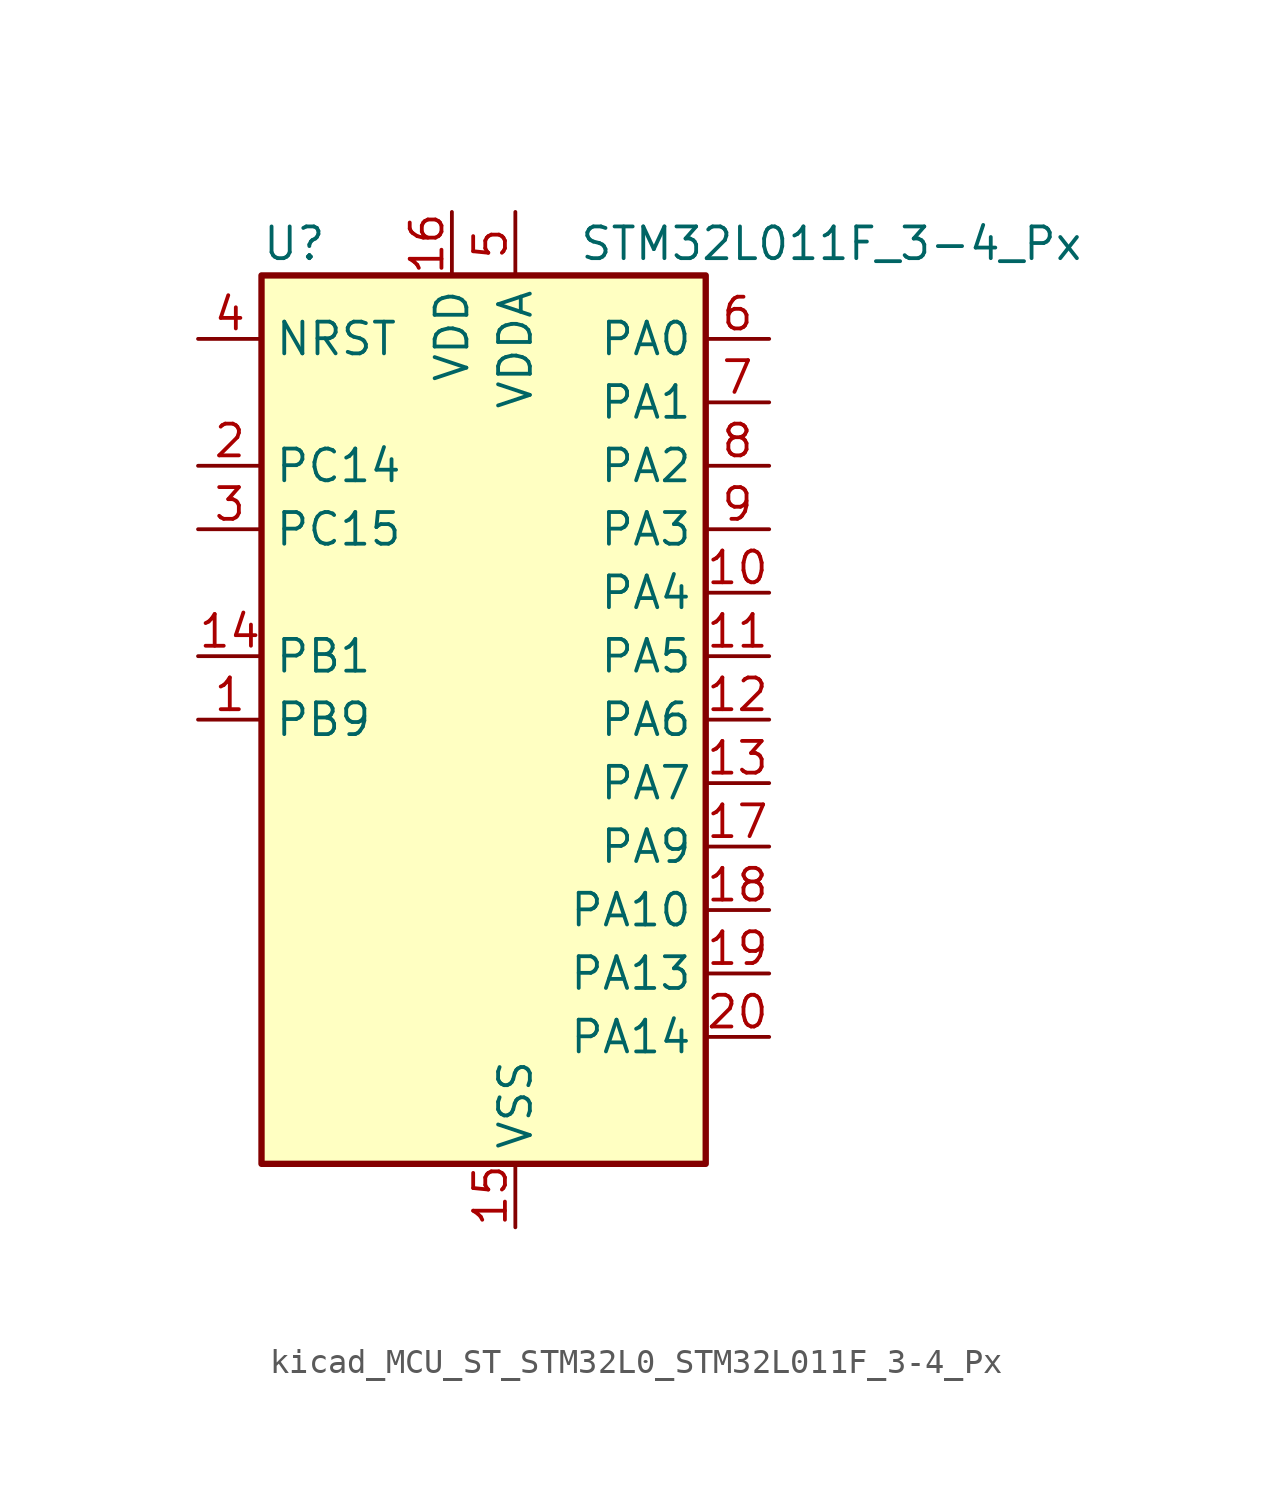
<source format=kicad_sym>
(kicad_symbol_lib
  (version 20220914)
  (generator kicad_symbol_editor)
  (symbol "kicad_MCU_ST_STM32L0_STM32L011F_3-4_Px"
    (property "Reference" "U"
      (at -7.62 19.05 0)
      (effects (font (size 1.27 1.27)) (justify left)))
    (property "Value" "STM32L011F_3-4_Px"
      (at 5.08 19.05 0)
      (effects (font (size 1.27 1.27)) (justify left)))
    (property "ki_locked" ""
      (at 0 0 0)
      (effects (font (size 1.27 1.27))))
    (symbol "kicad_MCU_ST_STM32L0_STM32L011F_3-4_Px_0_1"
      (rectangle (start -7.62 -17.78) (end 10.16 17.78) (stroke (width 0.254) (type default)) (fill (type background))))
    (symbol "kicad_MCU_ST_STM32L0_STM32L011F_3-4_Px_1_1"
      (pin bidirectional line (at -10.16 0 0) (length 2.54) (name "PB9" (effects (font (size 1.27 1.27)))) (number "1" (effects (font (size 1.27 1.27)))))
      (pin bidirectional line (at 12.7 5.08 180) (length 2.54) (name "PA4" (effects (font (size 1.27 1.27)))) (number "10" (effects (font (size 1.27 1.27)))) (alternate "ADC_IN4" bidirectional line) (alternate "COMP1_INM" bidirectional line) (alternate "COMP2_INM" bidirectional line) (alternate "COMP2_OUT" bidirectional line) (alternate "I2C1_SCL" bidirectional line) (alternate "LPTIM1_ETR" bidirectional line) (alternate "LPTIM1_IN1" bidirectional line) (alternate "LPUART1_TX" bidirectional line) (alternate "SPI1_NSS" bidirectional line) (alternate "TIM2_ETR" bidirectional line) (alternate "USART2_CK" bidirectional line))
      (pin bidirectional line (at 12.7 2.54 180) (length 2.54) (name "PA5" (effects (font (size 1.27 1.27)))) (number "11" (effects (font (size 1.27 1.27)))) (alternate "ADC_IN5" bidirectional line) (alternate "COMP1_INM" bidirectional line) (alternate "COMP2_INM" bidirectional line) (alternate "LPTIM1_IN2" bidirectional line) (alternate "SPI1_SCK" bidirectional line) (alternate "TIM2_CH1" bidirectional line) (alternate "TIM2_ETR" bidirectional line))
      (pin bidirectional line (at 12.7 0 180) (length 2.54) (name "PA6" (effects (font (size 1.27 1.27)))) (number "12" (effects (font (size 1.27 1.27)))) (alternate "ADC_IN6" bidirectional line) (alternate "COMP1_OUT" bidirectional line) (alternate "LPTIM1_ETR" bidirectional line) (alternate "LPUART1_CTS" bidirectional line) (alternate "SPI1_MISO" bidirectional line))
      (pin bidirectional line (at 12.7 -2.54 180) (length 2.54) (name "PA7" (effects (font (size 1.27 1.27)))) (number "13" (effects (font (size 1.27 1.27)))) (alternate "ADC_IN7" bidirectional line) (alternate "COMP2_INP" bidirectional line) (alternate "COMP2_OUT" bidirectional line) (alternate "LPTIM1_OUT" bidirectional line) (alternate "SPI1_MOSI" bidirectional line) (alternate "TIM21_ETR" bidirectional line) (alternate "USART2_CTS" bidirectional line))
      (pin bidirectional line (at -10.16 2.54 0) (length 2.54) (name "PB1" (effects (font (size 1.27 1.27)))) (number "14" (effects (font (size 1.27 1.27)))) (alternate "ADC_IN9" bidirectional line) (alternate "LPTIM1_IN1" bidirectional line) (alternate "LPUART1_DE" bidirectional line) (alternate "LPUART1_RTS" bidirectional line) (alternate "SPI1_MOSI" bidirectional line) (alternate "SYS_VREF_OUT_PB1" bidirectional line) (alternate "TIM2_CH4" bidirectional line) (alternate "USART2_CK" bidirectional line))
      (pin power_in line (at 2.54 -20.32 90) (length 2.54) (name "VSS" (effects (font (size 1.27 1.27)))) (number "15" (effects (font (size 1.27 1.27)))))
      (pin power_in line (at 0 20.32 270) (length 2.54) (name "VDD" (effects (font (size 1.27 1.27)))) (number "16" (effects (font (size 1.27 1.27)))))
      (pin bidirectional line (at 12.7 -5.08 180) (length 2.54) (name "PA9" (effects (font (size 1.27 1.27)))) (number "17" (effects (font (size 1.27 1.27)))) (alternate "COMP1_OUT" bidirectional line) (alternate "I2C1_SCL" bidirectional line) (alternate "LPTIM1_OUT" bidirectional line) (alternate "RCC_MCO" bidirectional line) (alternate "TIM21_CH2" bidirectional line) (alternate "USART2_TX" bidirectional line))
      (pin bidirectional line (at 12.7 -7.62 180) (length 2.54) (name "PA10" (effects (font (size 1.27 1.27)))) (number "18" (effects (font (size 1.27 1.27)))) (alternate "COMP1_OUT" bidirectional line) (alternate "I2C1_SDA" bidirectional line) (alternate "RTC_REFIN" bidirectional line) (alternate "TIM21_CH1" bidirectional line) (alternate "TIM2_CH3" bidirectional line) (alternate "USART2_RX" bidirectional line))
      (pin bidirectional line (at 12.7 -10.16 180) (length 2.54) (name "PA13" (effects (font (size 1.27 1.27)))) (number "19" (effects (font (size 1.27 1.27)))) (alternate "COMP1_OUT" bidirectional line) (alternate "I2C1_SDA" bidirectional line) (alternate "LPTIM1_ETR" bidirectional line) (alternate "LPUART1_RX" bidirectional line) (alternate "SPI1_SCK" bidirectional line) (alternate "SYS_SWDIO" bidirectional line))
      (pin bidirectional line (at -10.16 10.16 0) (length 2.54) (name "PC14" (effects (font (size 1.27 1.27)))) (number "2" (effects (font (size 1.27 1.27)))) (alternate "RCC_OSC32_IN" bidirectional line))
      (pin bidirectional line (at 12.7 -12.7 180) (length 2.54) (name "PA14" (effects (font (size 1.27 1.27)))) (number "20" (effects (font (size 1.27 1.27)))) (alternate "COMP2_OUT" bidirectional line) (alternate "I2C1_SMBA" bidirectional line) (alternate "LPTIM1_OUT" bidirectional line) (alternate "LPUART1_TX" bidirectional line) (alternate "SPI1_MISO" bidirectional line) (alternate "SYS_SWCLK" bidirectional line) (alternate "USART2_TX" bidirectional line))
      (pin bidirectional line (at -10.16 7.62 0) (length 2.54) (name "PC15" (effects (font (size 1.27 1.27)))) (number "3" (effects (font (size 1.27 1.27)))) (alternate "RCC_OSC32_OUT" bidirectional line))
      (pin input line (at -10.16 15.24 0) (length 2.54) (name "NRST" (effects (font (size 1.27 1.27)))) (number "4" (effects (font (size 1.27 1.27)))))
      (pin power_in line (at 2.54 20.32 270) (length 2.54) (name "VDDA" (effects (font (size 1.27 1.27)))) (number "5" (effects (font (size 1.27 1.27)))))
      (pin bidirectional line (at 12.7 15.24 180) (length 2.54) (name "PA0" (effects (font (size 1.27 1.27)))) (number "6" (effects (font (size 1.27 1.27)))) (alternate "ADC_IN0" bidirectional line) (alternate "COMP1_INM" bidirectional line) (alternate "COMP1_OUT" bidirectional line) (alternate "LPTIM1_IN1" bidirectional line) (alternate "LPUART1_RX" bidirectional line) (alternate "RCC_CK_IN" bidirectional line) (alternate "RTC_TAMP2" bidirectional line) (alternate "SYS_WKUP1" bidirectional line) (alternate "TIM2_CH1" bidirectional line) (alternate "TIM2_ETR" bidirectional line) (alternate "USART2_CTS" bidirectional line) (alternate "USART2_RX" bidirectional line))
      (pin bidirectional line (at 12.7 12.7 180) (length 2.54) (name "PA1" (effects (font (size 1.27 1.27)))) (number "7" (effects (font (size 1.27 1.27)))) (alternate "ADC_IN1" bidirectional line) (alternate "COMP1_INP" bidirectional line) (alternate "I2C1_SMBA" bidirectional line) (alternate "LPTIM1_IN2" bidirectional line) (alternate "LPUART1_TX" bidirectional line) (alternate "TIM21_ETR" bidirectional line) (alternate "TIM2_CH2" bidirectional line) (alternate "USART2_DE" bidirectional line) (alternate "USART2_RTS" bidirectional line))
      (pin bidirectional line (at 12.7 10.16 180) (length 2.54) (name "PA2" (effects (font (size 1.27 1.27)))) (number "8" (effects (font (size 1.27 1.27)))) (alternate "ADC_IN2" bidirectional line) (alternate "COMP2_INM" bidirectional line) (alternate "COMP2_OUT" bidirectional line) (alternate "LPUART1_TX" bidirectional line) (alternate "RTC_OUT_ALARM" bidirectional line) (alternate "RTC_OUT_CALIB" bidirectional line) (alternate "RTC_TAMP3" bidirectional line) (alternate "RTC_TS" bidirectional line) (alternate "SYS_WKUP3" bidirectional line) (alternate "TIM21_CH1" bidirectional line) (alternate "TIM2_CH3" bidirectional line) (alternate "USART2_TX" bidirectional line))
      (pin bidirectional line (at 12.7 7.62 180) (length 2.54) (name "PA3" (effects (font (size 1.27 1.27)))) (number "9" (effects (font (size 1.27 1.27)))) (alternate "ADC_IN3" bidirectional line) (alternate "COMP2_INP" bidirectional line) (alternate "LPUART1_RX" bidirectional line) (alternate "TIM21_CH2" bidirectional line) (alternate "TIM2_CH4" bidirectional line) (alternate "USART2_RX" bidirectional line)))))
</source>
